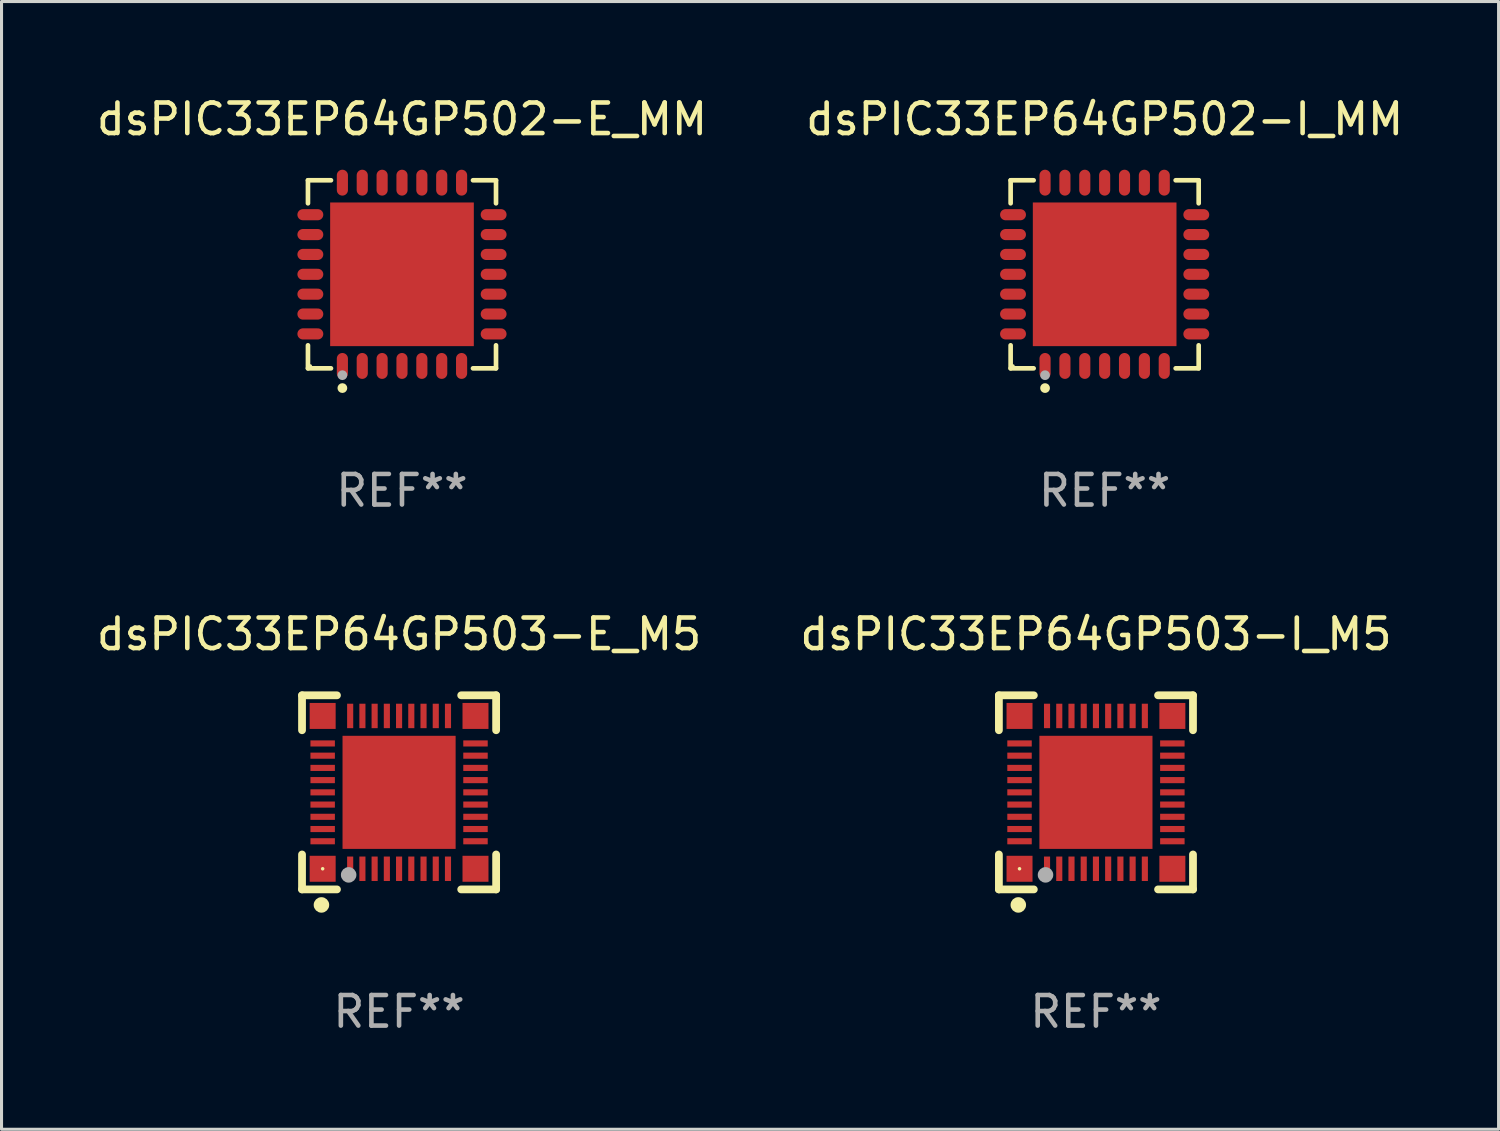
<source format=kicad_pcb>
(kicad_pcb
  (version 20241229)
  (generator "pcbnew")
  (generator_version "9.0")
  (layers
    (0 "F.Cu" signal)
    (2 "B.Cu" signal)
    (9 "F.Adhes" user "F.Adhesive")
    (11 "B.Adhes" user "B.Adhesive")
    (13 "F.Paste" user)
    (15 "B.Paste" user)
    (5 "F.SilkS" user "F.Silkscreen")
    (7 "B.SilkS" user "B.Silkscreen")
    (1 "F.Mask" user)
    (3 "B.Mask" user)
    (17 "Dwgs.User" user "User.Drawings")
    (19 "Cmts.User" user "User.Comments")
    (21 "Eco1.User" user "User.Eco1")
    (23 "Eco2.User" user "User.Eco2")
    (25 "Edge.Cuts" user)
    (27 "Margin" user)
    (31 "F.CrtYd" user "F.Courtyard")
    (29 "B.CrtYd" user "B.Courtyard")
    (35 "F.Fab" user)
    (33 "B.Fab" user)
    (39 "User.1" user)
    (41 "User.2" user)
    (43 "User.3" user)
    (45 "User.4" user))
  (footprint "dsPIC33EP64GP503-I_M5"
    (layer "F.Cu")
    (at 32.804 22.872)
    (property "Reference" "dsPIC33EP64GP503-I_M5" (at 0 -5.175 0) (layer "F.SilkS") (effects (font (size 1 1) (thickness 0.15))))
    (attr through_hole)
    (fp_line (start -3.175 -3.175) (end -2.032 -3.175) (stroke (width 0.254) (type solid)) (layer "F.SilkS"))
    (fp_line (start -3.175 -2.032) (end -3.175 -3.175) (stroke (width 0.254) (type solid)) (layer "F.SilkS"))
    (fp_line (start -3.175 3.175) (end -3.175 2.032) (stroke (width 0.254) (type solid)) (layer "F.SilkS"))
    (fp_line (start -2.032 3.175) (end -3.175 3.175) (stroke (width 0.254) (type solid)) (layer "F.SilkS"))
    (fp_line (start 2.032 -3.175) (end 3.175 -3.175) (stroke (width 0.254) (type solid)) (layer "F.SilkS"))
    (fp_line (start 3.175 -3.175) (end 3.175 -2.032) (stroke (width 0.254) (type solid)) (layer "F.SilkS"))
    (fp_line (start 3.175 2.032) (end 3.175 3.175) (stroke (width 0.254) (type solid)) (layer "F.SilkS"))
    (fp_line (start 3.175 3.175) (end 2.032 3.175) (stroke (width 0.254) (type solid)) (layer "F.SilkS"))
    (fp_circle (center -2.54 3.683) (end -2.413 3.683) (stroke (width 0.254) (type solid)) (fill no) (layer "F.SilkS"))
    (fp_circle (center -2.5 2.5) (end -2.47 2.5) (stroke (width 0.06) (type solid)) (fill no) (layer "F.SilkS"))
    (fp_circle (center -1.65 2.7) (end -1.523 2.7) (stroke (width 0.254) (type solid)) (fill no) (layer "F.Fab"))
    (fp_text user "REF**" (at 0 7.175 0) (layer "F.Fab") (effects (font (size 1 1) (thickness 0.15))))
    (pad "1" smd rect (at -1.6 2.5) (size 0.2 0.8) (layers "F.Cu" "F.Mask" "F.Paste"))
    (pad "2" smd rect (at -1.2 2.5) (size 0.2 0.8) (layers "F.Cu" "F.Mask" "F.Paste"))
    (pad "3" smd rect (at -0.8 2.5) (size 0.2 0.8) (layers "F.Cu" "F.Mask" "F.Paste"))
    (pad "4" smd rect (at -0.4 2.5) (size 0.2 0.8) (layers "F.Cu" "F.Mask" "F.Paste"))
    (pad "5" smd rect (at -0.000051 2.5) (size 0.2 0.8) (layers "F.Cu" "F.Mask" "F.Paste"))
    (pad "6" smd rect (at 0.4 2.5) (size 0.2 0.8) (layers "F.Cu" "F.Mask" "F.Paste"))
    (pad "7" smd rect (at 0.8 2.5) (size 0.2 0.8) (layers "F.Cu" "F.Mask" "F.Paste"))
    (pad "8" smd rect (at 1.2 2.5) (size 0.2 0.8) (layers "F.Cu" "F.Mask" "F.Paste"))
    (pad "9" smd rect (at 1.6 2.5) (size 0.2 0.8) (layers "F.Cu" "F.Mask" "F.Paste"))
    (pad "10" smd rect (at 2.5 1.6 90) (size 0.2 0.8) (layers "F.Cu" "F.Mask" "F.Paste"))
    (pad "11" smd rect (at 2.5 1.2 90) (size 0.2 0.8) (layers "F.Cu" "F.Mask" "F.Paste"))
    (pad "12" smd rect (at 2.5 0.8 90) (size 0.2 0.8) (layers "F.Cu" "F.Mask" "F.Paste"))
    (pad "13" smd rect (at 2.5 0.4 90) (size 0.2 0.8) (layers "F.Cu" "F.Mask" "F.Paste"))
    (pad "14" smd rect (at 2.5 -0.000051 90) (size 0.2 0.8) (layers "F.Cu" "F.Mask" "F.Paste"))
    (pad "15" smd rect (at 2.5 -0.4 90) (size 0.2 0.8) (layers "F.Cu" "F.Mask" "F.Paste"))
    (pad "16" smd rect (at 2.5 -0.8 90) (size 0.2 0.8) (layers "F.Cu" "F.Mask" "F.Paste"))
    (pad "17" smd rect (at 2.5 -1.2 90) (size 0.2 0.8) (layers "F.Cu" "F.Mask" "F.Paste"))
    (pad "18" smd rect (at 2.5 -1.6 90) (size 0.2 0.8) (layers "F.Cu" "F.Mask" "F.Paste"))
    (pad "19" smd rect (at 1.6 -2.5 180) (size 0.2 0.8) (layers "F.Cu" "F.Mask" "F.Paste"))
    (pad "20" smd rect (at 1.2 -2.5 180) (size 0.2 0.8) (layers "F.Cu" "F.Mask" "F.Paste"))
    (pad "21" smd rect (at 0.8 -2.5 180) (size 0.2 0.8) (layers "F.Cu" "F.Mask" "F.Paste"))
    (pad "22" smd rect (at 0.4 -2.5 180) (size 0.2 0.8) (layers "F.Cu" "F.Mask" "F.Paste"))
    (pad "23" smd rect (at -0.000051 -2.5 180) (size 0.2 0.8) (layers "F.Cu" "F.Mask" "F.Paste"))
    (pad "24" smd rect (at -0.4 -2.5 180) (size 0.2 0.8) (layers "F.Cu" "F.Mask" "F.Paste"))
    (pad "25" smd rect (at -0.8 -2.5 180) (size 0.2 0.8) (layers "F.Cu" "F.Mask" "F.Paste"))
    (pad "26" smd rect (at -1.2 -2.5 180) (size 0.2 0.8) (layers "F.Cu" "F.Mask" "F.Paste"))
    (pad "27" smd rect (at -1.6 -2.5 180) (size 0.2 0.8) (layers "F.Cu" "F.Mask" "F.Paste"))
    (pad "28" smd rect (at -2.5 -1.6 270) (size 0.2 0.8) (layers "F.Cu" "F.Mask" "F.Paste"))
    (pad "29" smd rect (at -2.5 -1.2 270) (size 0.2 0.8) (layers "F.Cu" "F.Mask" "F.Paste"))
    (pad "30" smd rect (at -2.5 -0.8 270) (size 0.2 0.8) (layers "F.Cu" "F.Mask" "F.Paste"))
    (pad "31" smd rect (at -2.5 -0.4 270) (size 0.2 0.8) (layers "F.Cu" "F.Mask" "F.Paste"))
    (pad "32" smd rect (at -2.5 -0.000051 270) (size 0.2 0.8) (layers "F.Cu" "F.Mask" "F.Paste"))
    (pad "33" smd rect (at -2.5 0.4 270) (size 0.2 0.8) (layers "F.Cu" "F.Mask" "F.Paste"))
    (pad "34" smd rect (at -2.5 0.8 270) (size 0.2 0.8) (layers "F.Cu" "F.Mask" "F.Paste"))
    (pad "35" smd rect (at -2.5 1.2 270) (size 0.2 0.8) (layers "F.Cu" "F.Mask" "F.Paste"))
    (pad "36" smd rect (at -2.5 1.6 270) (size 0.2 0.8) (layers "F.Cu" "F.Mask" "F.Paste"))
    (pad "37" smd rect (at -2.5 -2.5) (size 0.85 0.85) (layers "F.Cu" "F.Mask" "F.Paste"))
    (pad "37" smd rect (at -2.5 2.5) (size 0.85 0.85) (layers "F.Cu" "F.Mask" "F.Paste"))
    (pad "37" smd rect (at -0.000051 -0.000051) (size 3.7 3.7) (layers "F.Cu" "F.Mask" "F.Paste"))
    (pad "37" smd rect (at 2.5 -2.5) (size 0.85 0.85) (layers "F.Cu" "F.Mask" "F.Paste"))
    (pad "37" smd rect (at 2.5 2.5) (size 0.85 0.85) (layers "F.Cu" "F.Mask" "F.Paste")))
  (footprint "dsPIC33EP64GP503-E_M5"
    (layer "F.Cu")
    (at 10.006 22.872)
    (property "Reference" "dsPIC33EP64GP503-E_M5" (at 0 -5.175 0) (layer "F.SilkS") (effects (font (size 1 1) (thickness 0.15))))
    (attr through_hole)
    (fp_line (start -3.175 -3.175) (end -2.032 -3.175) (stroke (width 0.254) (type solid)) (layer "F.SilkS"))
    (fp_line (start -3.175 -2.032) (end -3.175 -3.175) (stroke (width 0.254) (type solid)) (layer "F.SilkS"))
    (fp_line (start -3.175 3.175) (end -3.175 2.032) (stroke (width 0.254) (type solid)) (layer "F.SilkS"))
    (fp_line (start -2.032 3.175) (end -3.175 3.175) (stroke (width 0.254) (type solid)) (layer "F.SilkS"))
    (fp_line (start 2.032 -3.175) (end 3.175 -3.175) (stroke (width 0.254) (type solid)) (layer "F.SilkS"))
    (fp_line (start 3.175 -3.175) (end 3.175 -2.032) (stroke (width 0.254) (type solid)) (layer "F.SilkS"))
    (fp_line (start 3.175 2.032) (end 3.175 3.175) (stroke (width 0.254) (type solid)) (layer "F.SilkS"))
    (fp_line (start 3.175 3.175) (end 2.032 3.175) (stroke (width 0.254) (type solid)) (layer "F.SilkS"))
    (fp_circle (center -2.54 3.683) (end -2.413 3.683) (stroke (width 0.254) (type solid)) (fill no) (layer "F.SilkS"))
    (fp_circle (center -2.5 2.5) (end -2.47 2.5) (stroke (width 0.06) (type solid)) (fill no) (layer "F.SilkS"))
    (fp_circle (center -1.65 2.7) (end -1.523 2.7) (stroke (width 0.254) (type solid)) (fill no) (layer "F.Fab"))
    (fp_text user "REF**" (at 0 7.175 0) (layer "F.Fab") (effects (font (size 1 1) (thickness 0.15))))
    (pad "1" smd rect (at -1.6 2.5) (size 0.2 0.8) (layers "F.Cu" "F.Mask" "F.Paste"))
    (pad "2" smd rect (at -1.2 2.5) (size 0.2 0.8) (layers "F.Cu" "F.Mask" "F.Paste"))
    (pad "3" smd rect (at -0.8 2.5) (size 0.2 0.8) (layers "F.Cu" "F.Mask" "F.Paste"))
    (pad "4" smd rect (at -0.4 2.5) (size 0.2 0.8) (layers "F.Cu" "F.Mask" "F.Paste"))
    (pad "5" smd rect (at -0.000051 2.5) (size 0.2 0.8) (layers "F.Cu" "F.Mask" "F.Paste"))
    (pad "6" smd rect (at 0.4 2.5) (size 0.2 0.8) (layers "F.Cu" "F.Mask" "F.Paste"))
    (pad "7" smd rect (at 0.8 2.5) (size 0.2 0.8) (layers "F.Cu" "F.Mask" "F.Paste"))
    (pad "8" smd rect (at 1.2 2.5) (size 0.2 0.8) (layers "F.Cu" "F.Mask" "F.Paste"))
    (pad "9" smd rect (at 1.6 2.5) (size 0.2 0.8) (layers "F.Cu" "F.Mask" "F.Paste"))
    (pad "10" smd rect (at 2.5 1.6 90) (size 0.2 0.8) (layers "F.Cu" "F.Mask" "F.Paste"))
    (pad "11" smd rect (at 2.5 1.2 90) (size 0.2 0.8) (layers "F.Cu" "F.Mask" "F.Paste"))
    (pad "12" smd rect (at 2.5 0.8 90) (size 0.2 0.8) (layers "F.Cu" "F.Mask" "F.Paste"))
    (pad "13" smd rect (at 2.5 0.4 90) (size 0.2 0.8) (layers "F.Cu" "F.Mask" "F.Paste"))
    (pad "14" smd rect (at 2.5 -0.000051 90) (size 0.2 0.8) (layers "F.Cu" "F.Mask" "F.Paste"))
    (pad "15" smd rect (at 2.5 -0.4 90) (size 0.2 0.8) (layers "F.Cu" "F.Mask" "F.Paste"))
    (pad "16" smd rect (at 2.5 -0.8 90) (size 0.2 0.8) (layers "F.Cu" "F.Mask" "F.Paste"))
    (pad "17" smd rect (at 2.5 -1.2 90) (size 0.2 0.8) (layers "F.Cu" "F.Mask" "F.Paste"))
    (pad "18" smd rect (at 2.5 -1.6 90) (size 0.2 0.8) (layers "F.Cu" "F.Mask" "F.Paste"))
    (pad "19" smd rect (at 1.6 -2.5 180) (size 0.2 0.8) (layers "F.Cu" "F.Mask" "F.Paste"))
    (pad "20" smd rect (at 1.2 -2.5 180) (size 0.2 0.8) (layers "F.Cu" "F.Mask" "F.Paste"))
    (pad "21" smd rect (at 0.8 -2.5 180) (size 0.2 0.8) (layers "F.Cu" "F.Mask" "F.Paste"))
    (pad "22" smd rect (at 0.4 -2.5 180) (size 0.2 0.8) (layers "F.Cu" "F.Mask" "F.Paste"))
    (pad "23" smd rect (at -0.000051 -2.5 180) (size 0.2 0.8) (layers "F.Cu" "F.Mask" "F.Paste"))
    (pad "24" smd rect (at -0.4 -2.5 180) (size 0.2 0.8) (layers "F.Cu" "F.Mask" "F.Paste"))
    (pad "25" smd rect (at -0.8 -2.5 180) (size 0.2 0.8) (layers "F.Cu" "F.Mask" "F.Paste"))
    (pad "26" smd rect (at -1.2 -2.5 180) (size 0.2 0.8) (layers "F.Cu" "F.Mask" "F.Paste"))
    (pad "27" smd rect (at -1.6 -2.5 180) (size 0.2 0.8) (layers "F.Cu" "F.Mask" "F.Paste"))
    (pad "28" smd rect (at -2.5 -1.6 270) (size 0.2 0.8) (layers "F.Cu" "F.Mask" "F.Paste"))
    (pad "29" smd rect (at -2.5 -1.2 270) (size 0.2 0.8) (layers "F.Cu" "F.Mask" "F.Paste"))
    (pad "30" smd rect (at -2.5 -0.8 270) (size 0.2 0.8) (layers "F.Cu" "F.Mask" "F.Paste"))
    (pad "31" smd rect (at -2.5 -0.4 270) (size 0.2 0.8) (layers "F.Cu" "F.Mask" "F.Paste"))
    (pad "32" smd rect (at -2.5 -0.000051 270) (size 0.2 0.8) (layers "F.Cu" "F.Mask" "F.Paste"))
    (pad "33" smd rect (at -2.5 0.4 270) (size 0.2 0.8) (layers "F.Cu" "F.Mask" "F.Paste"))
    (pad "34" smd rect (at -2.5 0.8 270) (size 0.2 0.8) (layers "F.Cu" "F.Mask" "F.Paste"))
    (pad "35" smd rect (at -2.5 1.2 270) (size 0.2 0.8) (layers "F.Cu" "F.Mask" "F.Paste"))
    (pad "36" smd rect (at -2.5 1.6 270) (size 0.2 0.8) (layers "F.Cu" "F.Mask" "F.Paste"))
    (pad "37" smd rect (at -2.5 -2.5) (size 0.85 0.85) (layers "F.Cu" "F.Mask" "F.Paste"))
    (pad "37" smd rect (at -2.5 2.5) (size 0.85 0.85) (layers "F.Cu" "F.Mask" "F.Paste"))
    (pad "37" smd rect (at -0.000051 -0.000051) (size 3.7 3.7) (layers "F.Cu" "F.Mask" "F.Paste"))
    (pad "37" smd rect (at 2.5 -2.5) (size 0.85 0.85) (layers "F.Cu" "F.Mask" "F.Paste"))
    (pad "37" smd rect (at 2.5 2.5) (size 0.85 0.85) (layers "F.Cu" "F.Mask" "F.Paste")))
  (footprint "dsPIC33EP64GP502-E_MM"
    (layer "F.Cu")
    (at 10.101 5.924)
    (property "Reference" "dsPIC33EP64GP502-E_MM" (at 0 -5.076 0) (layer "F.SilkS") (effects (font (size 1 1) (thickness 0.15))))
    (attr through_hole)
    (fp_line (start -3.076 -3.076) (end -2.323 -3.076) (stroke (width 0.152) (type solid)) (layer "F.SilkS"))
    (fp_line (start -3.076 -2.323) (end -3.076 -3.076) (stroke (width 0.152) (type solid)) (layer "F.SilkS"))
    (fp_line (start -3.076 2.323) (end -3.076 3.076) (stroke (width 0.152) (type solid)) (layer "F.SilkS"))
    (fp_line (start -3.076 3.076) (end -2.323 3.076) (stroke (width 0.152) (type solid)) (layer "F.SilkS"))
    (fp_line (start 3.076 -3.076) (end 2.323 -3.076) (stroke (width 0.152) (type solid)) (layer "F.SilkS"))
    (fp_line (start 3.076 -2.323) (end 3.076 -3.076) (stroke (width 0.152) (type solid)) (layer "F.SilkS"))
    (fp_line (start 3.076 2.323) (end 3.076 3.076) (stroke (width 0.152) (type solid)) (layer "F.SilkS"))
    (fp_line (start 3.076 3.076) (end 2.323 3.076) (stroke (width 0.152) (type solid)) (layer "F.SilkS"))
    (fp_circle (center -3 3) (end -2.97 3) (stroke (width 0.06) (type solid)) (fill no) (layer "F.SilkS"))
    (fp_circle (center -1.95 3.722) (end -1.87 3.722) (stroke (width 0.16) (type solid)) (fill no) (layer "F.SilkS"))
    (fp_circle (center -1.95 3.3) (end -1.87 3.3) (stroke (width 0.16) (type solid)) (fill no) (layer "F.Fab"))
    (fp_text user "REF**" (at 0 7.076 0) (layer "F.Fab") (effects (font (size 1 1) (thickness 0.15))))
    (pad "1" smd oval (at -1.95 2.998) (size 0.364 0.847) (layers "F.Cu" "F.Mask" "F.Paste"))
    (pad "2" smd oval (at -1.3 2.998) (size 0.364 0.847) (layers "F.Cu" "F.Mask" "F.Paste"))
    (pad "3" smd oval (at -0.65 2.998) (size 0.364 0.847) (layers "F.Cu" "F.Mask" "F.Paste"))
    (pad "4" smd oval (at 0 2.998) (size 0.364 0.847) (layers "F.Cu" "F.Mask" "F.Paste"))
    (pad "5" smd oval (at 0.65 2.998) (size 0.364 0.847) (layers "F.Cu" "F.Mask" "F.Paste"))
    (pad "6" smd oval (at 1.3 2.998) (size 0.364 0.847) (layers "F.Cu" "F.Mask" "F.Paste"))
    (pad "7" smd oval (at 1.95 2.998) (size 0.364 0.847) (layers "F.Cu" "F.Mask" "F.Paste"))
    (pad "8" smd oval (at 2.998 1.95) (size 0.847 0.364) (layers "F.Cu" "F.Mask" "F.Paste"))
    (pad "9" smd oval (at 2.998 1.3) (size 0.847 0.364) (layers "F.Cu" "F.Mask" "F.Paste"))
    (pad "10" smd oval (at 2.998 0.65) (size 0.847 0.364) (layers "F.Cu" "F.Mask" "F.Paste"))
    (pad "11" smd oval (at 2.998 0) (size 0.847 0.364) (layers "F.Cu" "F.Mask" "F.Paste"))
    (pad "12" smd oval (at 2.998 -0.65) (size 0.847 0.364) (layers "F.Cu" "F.Mask" "F.Paste"))
    (pad "13" smd oval (at 2.998 -1.3) (size 0.847 0.364) (layers "F.Cu" "F.Mask" "F.Paste"))
    (pad "14" smd oval (at 2.998 -1.95) (size 0.847 0.364) (layers "F.Cu" "F.Mask" "F.Paste"))
    (pad "15" smd oval (at 1.95 -2.998) (size 0.364 0.847) (layers "F.Cu" "F.Mask" "F.Paste"))
    (pad "16" smd oval (at 1.3 -2.998) (size 0.364 0.847) (layers "F.Cu" "F.Mask" "F.Paste"))
    (pad "17" smd oval (at 0.65 -2.998) (size 0.364 0.847) (layers "F.Cu" "F.Mask" "F.Paste"))
    (pad "18" smd oval (at 0 -2.998) (size 0.364 0.847) (layers "F.Cu" "F.Mask" "F.Paste"))
    (pad "19" smd oval (at -0.65 -2.998) (size 0.364 0.847) (layers "F.Cu" "F.Mask" "F.Paste"))
    (pad "20" smd oval (at -1.3 -2.998) (size 0.364 0.847) (layers "F.Cu" "F.Mask" "F.Paste"))
    (pad "21" smd oval (at -1.95 -2.998) (size 0.364 0.847) (layers "F.Cu" "F.Mask" "F.Paste"))
    (pad "22" smd oval (at -2.998 -1.95) (size 0.847 0.364) (layers "F.Cu" "F.Mask" "F.Paste"))
    (pad "23" smd oval (at -2.998 -1.3) (size 0.847 0.364) (layers "F.Cu" "F.Mask" "F.Paste"))
    (pad "24" smd oval (at -2.998 -0.65) (size 0.847 0.364) (layers "F.Cu" "F.Mask" "F.Paste"))
    (pad "25" smd oval (at -2.998 0) (size 0.847 0.364) (layers "F.Cu" "F.Mask" "F.Paste"))
    (pad "26" smd oval (at -2.998 0.65) (size 0.847 0.364) (layers "F.Cu" "F.Mask" "F.Paste"))
    (pad "27" smd oval (at -2.998 1.3) (size 0.847 0.364) (layers "F.Cu" "F.Mask" "F.Paste"))
    (pad "28" smd oval (at -2.998 1.95) (size 0.847 0.364) (layers "F.Cu" "F.Mask" "F.Paste"))
    (pad "29" smd rect (at 0 0) (size 4.7 4.7) (layers "F.Cu" "F.Mask" "F.Paste")))
  (footprint "dsPIC33EP64GP502-I_MM"
    (layer "F.Cu")
    (at 33.089 5.924)
    (property "Reference" "dsPIC33EP64GP502-I_MM" (at 0 -5.076 0) (layer "F.SilkS") (effects (font (size 1 1) (thickness 0.15))))
    (attr through_hole)
    (fp_line (start -3.076 -3.076) (end -2.323 -3.076) (stroke (width 0.152) (type solid)) (layer "F.SilkS"))
    (fp_line (start -3.076 -2.323) (end -3.076 -3.076) (stroke (width 0.152) (type solid)) (layer "F.SilkS"))
    (fp_line (start -3.076 2.323) (end -3.076 3.076) (stroke (width 0.152) (type solid)) (layer "F.SilkS"))
    (fp_line (start -3.076 3.076) (end -2.323 3.076) (stroke (width 0.152) (type solid)) (layer "F.SilkS"))
    (fp_line (start 3.076 -3.076) (end 2.323 -3.076) (stroke (width 0.152) (type solid)) (layer "F.SilkS"))
    (fp_line (start 3.076 -2.323) (end 3.076 -3.076) (stroke (width 0.152) (type solid)) (layer "F.SilkS"))
    (fp_line (start 3.076 2.323) (end 3.076 3.076) (stroke (width 0.152) (type solid)) (layer "F.SilkS"))
    (fp_line (start 3.076 3.076) (end 2.323 3.076) (stroke (width 0.152) (type solid)) (layer "F.SilkS"))
    (fp_circle (center -3 3) (end -2.97 3) (stroke (width 0.06) (type solid)) (fill no) (layer "F.SilkS"))
    (fp_circle (center -1.95 3.722) (end -1.87 3.722) (stroke (width 0.16) (type solid)) (fill no) (layer "F.SilkS"))
    (fp_circle (center -1.95 3.3) (end -1.87 3.3) (stroke (width 0.16) (type solid)) (fill no) (layer "F.Fab"))
    (fp_text user "REF**" (at 0 7.076 0) (layer "F.Fab") (effects (font (size 1 1) (thickness 0.15))))
    (pad "1" smd oval (at -1.95 2.998) (size 0.364 0.847) (layers "F.Cu" "F.Mask" "F.Paste"))
    (pad "2" smd oval (at -1.3 2.998) (size 0.364 0.847) (layers "F.Cu" "F.Mask" "F.Paste"))
    (pad "3" smd oval (at -0.65 2.998) (size 0.364 0.847) (layers "F.Cu" "F.Mask" "F.Paste"))
    (pad "4" smd oval (at 0 2.998) (size 0.364 0.847) (layers "F.Cu" "F.Mask" "F.Paste"))
    (pad "5" smd oval (at 0.65 2.998) (size 0.364 0.847) (layers "F.Cu" "F.Mask" "F.Paste"))
    (pad "6" smd oval (at 1.3 2.998) (size 0.364 0.847) (layers "F.Cu" "F.Mask" "F.Paste"))
    (pad "7" smd oval (at 1.95 2.998) (size 0.364 0.847) (layers "F.Cu" "F.Mask" "F.Paste"))
    (pad "8" smd oval (at 2.998 1.95) (size 0.847 0.364) (layers "F.Cu" "F.Mask" "F.Paste"))
    (pad "9" smd oval (at 2.998 1.3) (size 0.847 0.364) (layers "F.Cu" "F.Mask" "F.Paste"))
    (pad "10" smd oval (at 2.998 0.65) (size 0.847 0.364) (layers "F.Cu" "F.Mask" "F.Paste"))
    (pad "11" smd oval (at 2.998 0) (size 0.847 0.364) (layers "F.Cu" "F.Mask" "F.Paste"))
    (pad "12" smd oval (at 2.998 -0.65) (size 0.847 0.364) (layers "F.Cu" "F.Mask" "F.Paste"))
    (pad "13" smd oval (at 2.998 -1.3) (size 0.847 0.364) (layers "F.Cu" "F.Mask" "F.Paste"))
    (pad "14" smd oval (at 2.998 -1.95) (size 0.847 0.364) (layers "F.Cu" "F.Mask" "F.Paste"))
    (pad "15" smd oval (at 1.95 -2.998) (size 0.364 0.847) (layers "F.Cu" "F.Mask" "F.Paste"))
    (pad "16" smd oval (at 1.3 -2.998) (size 0.364 0.847) (layers "F.Cu" "F.Mask" "F.Paste"))
    (pad "17" smd oval (at 0.65 -2.998) (size 0.364 0.847) (layers "F.Cu" "F.Mask" "F.Paste"))
    (pad "18" smd oval (at 0 -2.998) (size 0.364 0.847) (layers "F.Cu" "F.Mask" "F.Paste"))
    (pad "19" smd oval (at -0.65 -2.998) (size 0.364 0.847) (layers "F.Cu" "F.Mask" "F.Paste"))
    (pad "20" smd oval (at -1.3 -2.998) (size 0.364 0.847) (layers "F.Cu" "F.Mask" "F.Paste"))
    (pad "21" smd oval (at -1.95 -2.998) (size 0.364 0.847) (layers "F.Cu" "F.Mask" "F.Paste"))
    (pad "22" smd oval (at -2.998 -1.95) (size 0.847 0.364) (layers "F.Cu" "F.Mask" "F.Paste"))
    (pad "23" smd oval (at -2.998 -1.3) (size 0.847 0.364) (layers "F.Cu" "F.Mask" "F.Paste"))
    (pad "24" smd oval (at -2.998 -0.65) (size 0.847 0.364) (layers "F.Cu" "F.Mask" "F.Paste"))
    (pad "25" smd oval (at -2.998 0) (size 0.847 0.364) (layers "F.Cu" "F.Mask" "F.Paste"))
    (pad "26" smd oval (at -2.998 0.65) (size 0.847 0.364) (layers "F.Cu" "F.Mask" "F.Paste"))
    (pad "27" smd oval (at -2.998 1.3) (size 0.847 0.364) (layers "F.Cu" "F.Mask" "F.Paste"))
    (pad "28" smd oval (at -2.998 1.95) (size 0.847 0.364) (layers "F.Cu" "F.Mask" "F.Paste"))
    (pad "29" smd rect (at 0 0) (size 4.7 4.7) (layers "F.Cu" "F.Mask" "F.Paste")))
  (gr_rect
    (start -3 -3)
    (end 45.976 33.895)
    (stroke (width 0.1) (type default))
    (fill no)
    (layer "Edge.Cuts")))
</source>
